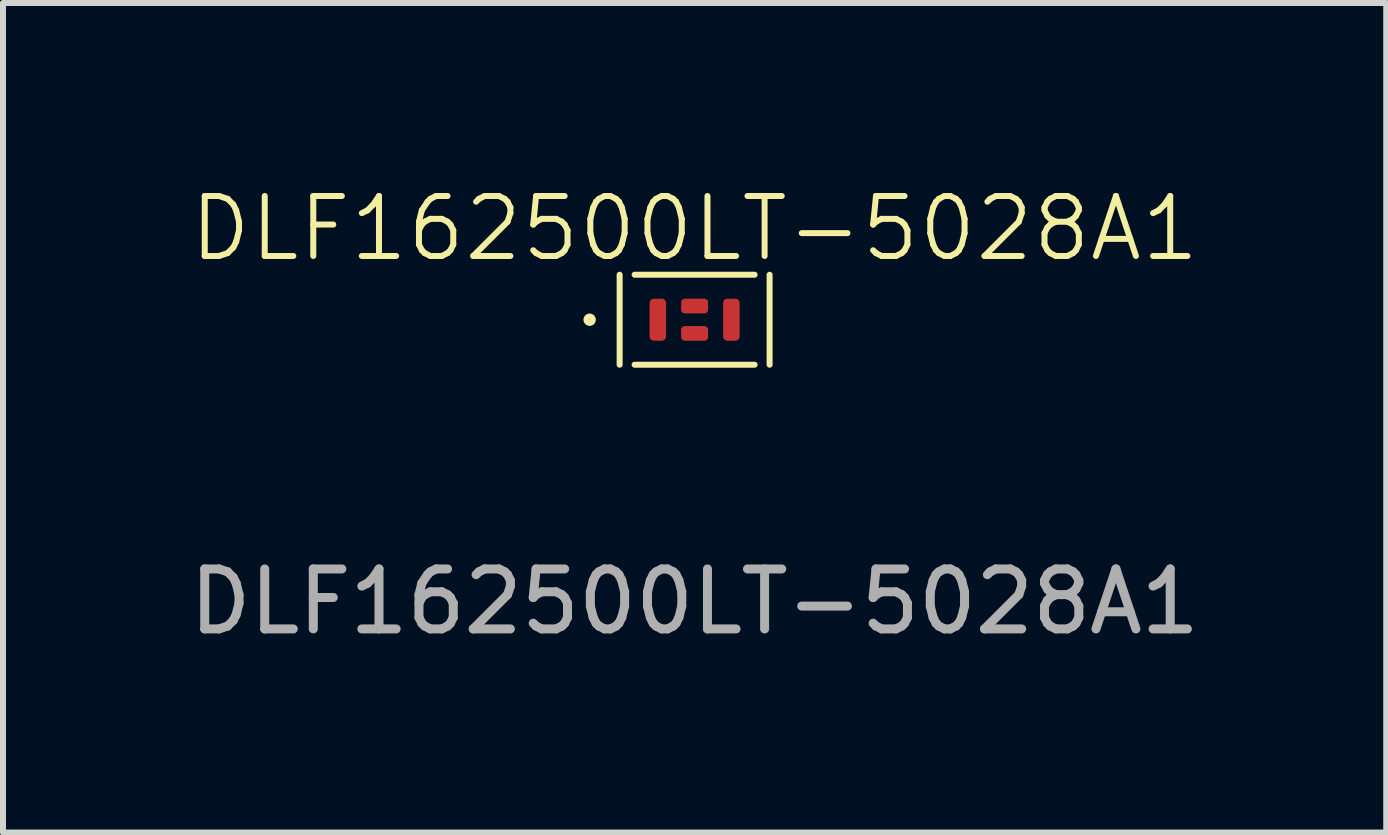
<source format=kicad_pcb>
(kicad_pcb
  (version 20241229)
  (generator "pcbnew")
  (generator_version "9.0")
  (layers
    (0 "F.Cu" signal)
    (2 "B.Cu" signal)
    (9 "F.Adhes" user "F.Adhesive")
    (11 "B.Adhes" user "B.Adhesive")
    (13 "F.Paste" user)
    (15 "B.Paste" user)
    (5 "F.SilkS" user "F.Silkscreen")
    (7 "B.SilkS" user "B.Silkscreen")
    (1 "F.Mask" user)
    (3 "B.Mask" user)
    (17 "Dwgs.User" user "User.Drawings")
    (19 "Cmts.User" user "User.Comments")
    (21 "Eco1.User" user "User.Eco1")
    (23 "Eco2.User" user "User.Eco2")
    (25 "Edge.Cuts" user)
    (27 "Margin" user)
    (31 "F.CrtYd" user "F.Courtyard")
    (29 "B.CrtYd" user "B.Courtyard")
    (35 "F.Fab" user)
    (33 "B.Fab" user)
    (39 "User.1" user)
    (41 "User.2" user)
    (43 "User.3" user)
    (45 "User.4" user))
  (footprint "DLF162500LT-5028A1"
    (layer "F.Cu")
    (at 8.53 2.28)
    (property "Reference" "DLF162500LT-5028A1" (at 0 -1.52 0) (unlocked yes) (layer "F.SilkS") (effects (font (size 1 1) (thickness 0.1))))
    (attr smd)
    (fp_line (start -1.25 0.75) (end -1.25 -0.75) (stroke (width 0.1) (type default)) (layer "F.SilkS"))
    (fp_line (start -1 -0.75) (end 1 -0.75) (stroke (width 0.1) (type default)) (layer "F.SilkS"))
    (fp_line (start 1 0.75) (end -1 0.75) (stroke (width 0.1) (type default)) (layer "F.SilkS"))
    (fp_line (start 1.25 -0.75) (end 1.25 0.75) (stroke (width 0.1) (type default)) (layer "F.SilkS"))
    (fp_circle (center -1.75 0) (end -1.699 -0.018) (stroke (width 0.1) (type default)) (fill no) (layer "F.SilkS"))
    (fp_text user "${REFERENCE}" (at 0 4.7 0) (unlocked yes) (layer "F.Fab") (effects (font (size 1 1) (thickness 0.15))))
    (pad "1" smd roundrect (at -0.613 0 90) (size 0.7 0.275) (layers "F.Cu" "F.Mask" "F.Paste") (roundrect_rratio 0.25))
    (pad "2" smd roundrect (at 0 -0.228) (size 0.45 0.245) (layers "F.Cu" "F.Mask" "F.Paste") (roundrect_rratio 0.25))
    (pad "3" smd roundrect (at 0.613 0 90) (size 0.7 0.275) (layers "F.Cu" "F.Mask" "F.Paste") (roundrect_rratio 0.25))
    (pad "4" smd roundrect (at 0 0.228) (size 0.45 0.245) (layers "F.Cu" "F.Mask" "F.Paste") (roundrect_rratio 0.25)))
  (gr_rect
    (start -3 -3)
    (end 20.06 10.829)
    (stroke (width 0.1) (type default))
    (fill no)
    (layer "Edge.Cuts")))
</source>
